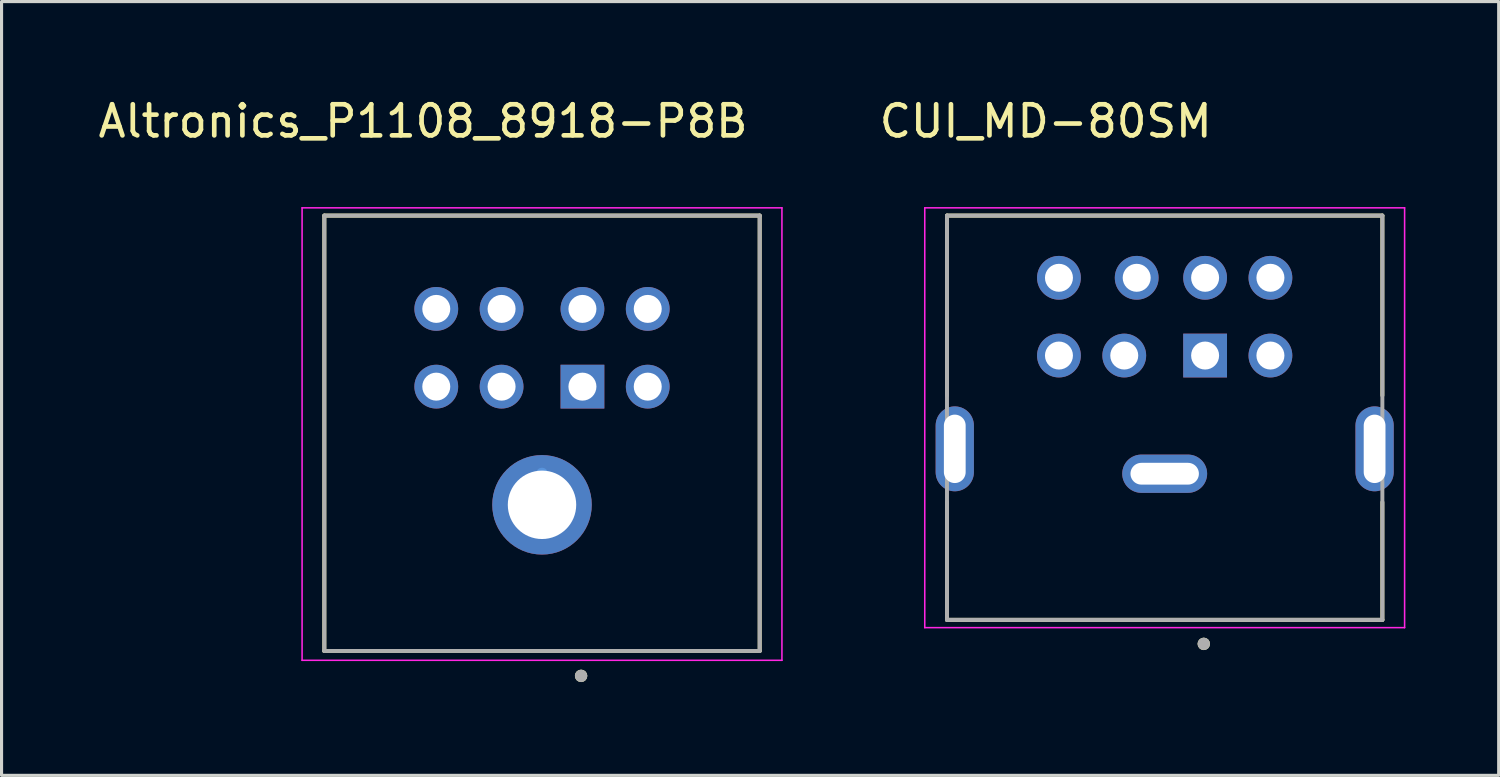
<source format=kicad_pcb>
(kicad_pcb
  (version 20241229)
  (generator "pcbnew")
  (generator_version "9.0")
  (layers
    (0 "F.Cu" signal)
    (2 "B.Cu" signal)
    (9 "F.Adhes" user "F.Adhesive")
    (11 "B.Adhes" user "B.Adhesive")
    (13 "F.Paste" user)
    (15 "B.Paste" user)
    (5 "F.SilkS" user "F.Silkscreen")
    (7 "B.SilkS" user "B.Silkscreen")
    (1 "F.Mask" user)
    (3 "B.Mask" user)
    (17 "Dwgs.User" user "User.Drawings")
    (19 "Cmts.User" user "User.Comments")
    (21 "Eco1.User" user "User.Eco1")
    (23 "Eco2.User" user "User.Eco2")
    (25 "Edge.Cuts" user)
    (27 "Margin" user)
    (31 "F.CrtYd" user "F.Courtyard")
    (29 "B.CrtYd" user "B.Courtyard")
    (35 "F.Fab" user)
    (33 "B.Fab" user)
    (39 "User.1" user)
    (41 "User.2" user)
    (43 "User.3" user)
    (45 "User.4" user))
  (footprint "CUI_MD-80SM"
    (layer "F.Cu")
    (at 34.402 12.183)
    (property "Reference" "CUI_MD-80SM" (at -3.825 -11.335 0) (layer "F.SilkS") (effects (font (size 1 1) (thickness 0.15))))
    (attr through_hole)
    (fp_line (start -7 -8.3) (end 7 -8.3) (stroke (width 0.127) (type solid)) (layer "F.SilkS"))
    (fp_line (start -7 -2.515) (end -7 -8.3) (stroke (width 0.127) (type solid)) (layer "F.SilkS"))
    (fp_line (start -7 4.7) (end -7 0.915) (stroke (width 0.127) (type solid)) (layer "F.SilkS"))
    (fp_line (start 7 -8.3) (end 7 -2.515) (stroke (width 0.127) (type solid)) (layer "F.SilkS"))
    (fp_line (start 7 4.7) (end -7 4.7) (stroke (width 0.127) (type solid)) (layer "F.SilkS"))
    (fp_line (start 7 4.7) (end 7 0.915) (stroke (width 0.127) (type solid)) (layer "F.SilkS"))
    (fp_circle (center 1.257 5.471) (end 1.357 5.471) (stroke (width 0.2) (type solid)) (fill no) (layer "F.SilkS"))
    (fp_line (start -7.715 -8.55) (end -7.715 4.95) (stroke (width 0.05) (type solid)) (layer "F.CrtYd"))
    (fp_line (start -7.715 4.95) (end 7.715 4.95) (stroke (width 0.05) (type solid)) (layer "F.CrtYd"))
    (fp_line (start 7.715 -8.55) (end -7.715 -8.55) (stroke (width 0.05) (type solid)) (layer "F.CrtYd"))
    (fp_line (start 7.715 4.95) (end 7.715 -8.55) (stroke (width 0.05) (type solid)) (layer "F.CrtYd"))
    (fp_line (start -7 -8.3) (end 7 -8.3) (stroke (width 0.127) (type solid)) (layer "F.Fab"))
    (fp_line (start -7 4.7) (end -7 -8.3) (stroke (width 0.127) (type solid)) (layer "F.Fab"))
    (fp_line (start 7 -8.3) (end 7 4.7) (stroke (width 0.127) (type solid)) (layer "F.Fab"))
    (fp_line (start 7 4.7) (end -7 4.7) (stroke (width 0.127) (type solid)) (layer "F.Fab"))
    (fp_circle (center 1.257 5.471) (end 1.357 5.471) (stroke (width 0.2) (type solid)) (fill no) (layer "F.Fab"))
    (pad "1" thru_hole rect (at 1.3 -3.8) (size 1.408 1.408) (drill 0.9) (layers "*.Cu" "*.Mask"))
    (pad "2" thru_hole circle (at -1.3 -3.8) (size 1.408 1.408) (drill 0.9) (layers "*.Cu" "*.Mask"))
    (pad "3" thru_hole circle (at 3.4 -3.8) (size 1.408 1.408) (drill 0.9) (layers "*.Cu" "*.Mask"))
    (pad "4" thru_hole circle (at 1.3 -6.3) (size 1.408 1.408) (drill 0.9) (layers "*.Cu" "*.Mask"))
    (pad "5" thru_hole circle (at -3.4 -3.8) (size 1.408 1.408) (drill 0.9) (layers "*.Cu" "*.Mask"))
    (pad "6" thru_hole circle (at 3.4 -6.3) (size 1.408 1.408) (drill 0.9) (layers "*.Cu" "*.Mask"))
    (pad "7" thru_hole circle (at -0.9 -6.3) (size 1.408 1.408) (drill 0.9) (layers "*.Cu" "*.Mask"))
    (pad "8" thru_hole circle (at -3.4 -6.3) (size 1.408 1.408) (drill 0.9) (layers "*.Cu" "*.Mask"))
    (pad "S1" thru_hole oval (at 0 0) (size 2.73 1.23) (drill oval 2.2 0.7) (layers "*.Cu" "*.Mask"))
    (pad "S2" thru_hole oval (at -6.75 -0.8) (size 1.23 2.73) (drill oval 0.7 2.2) (layers "*.Cu" "*.Mask"))
    (pad "S3" thru_hole oval (at 6.75 -0.8) (size 1.23 2.73) (drill oval 0.7 2.2) (layers "*.Cu" "*.Mask")))
  (footprint "Altronics_P1108_8918-P8B"
    (layer "F.Cu")
    (at 14.379 17.883)
    (property "Reference" "Altronics_P1108_8918-P8B" (at -3.825 -17.035 0) (layer "F.SilkS") (effects (font (size 1 1) (thickness 0.15))))
    (attr through_hole)
    (fp_line (start -7 -14) (end 7 -14) (stroke (width 0.127) (type solid)) (layer "F.SilkS"))
    (fp_line (start -7 0) (end -7 -14) (stroke (width 0.127) (type solid)) (layer "F.SilkS"))
    (fp_line (start 7 -14) (end 7 0) (stroke (width 0.127) (type solid)) (layer "F.SilkS"))
    (fp_line (start 7 0) (end -7 0) (stroke (width 0.127) (type solid)) (layer "F.SilkS"))
    (fp_circle (center 1.257 0.8) (end 1.357 0.8) (stroke (width 0.2) (type solid)) (fill no) (layer "F.SilkS"))
    (fp_circle (center 0 -5.7) (end 0.1 -5.6) (stroke (width 0.1) (type default)) (fill no) (layer "Cmts.User"))
    (fp_line (start -7.715 -14.25) (end -7.715 0.3) (stroke (width 0.05) (type solid)) (layer "F.CrtYd"))
    (fp_line (start -7.715 0.3) (end 7.715 0.3) (stroke (width 0.05) (type solid)) (layer "F.CrtYd"))
    (fp_line (start 7.715 -14.25) (end -7.715 -14.25) (stroke (width 0.05) (type solid)) (layer "F.CrtYd"))
    (fp_line (start 7.715 0.3) (end 7.715 -14.25) (stroke (width 0.05) (type solid)) (layer "F.CrtYd"))
    (fp_line (start -7 -14) (end 7 -14) (stroke (width 0.127) (type solid)) (layer "F.Fab"))
    (fp_line (start -7 0) (end -7 -14) (stroke (width 0.127) (type solid)) (layer "F.Fab"))
    (fp_line (start 7 -14) (end 7 0) (stroke (width 0.127) (type solid)) (layer "F.Fab"))
    (fp_line (start 7 0) (end -7 0) (stroke (width 0.127) (type solid)) (layer "F.Fab"))
    (fp_circle (center 1.257 0.8) (end 1.357 0.8) (stroke (width 0.2) (type solid)) (fill no) (layer "F.Fab"))
    (pad "1" thru_hole rect (at 1.3 -8.5) (size 1.408 1.408) (drill 0.9) (layers "*.Cu" "*.Mask"))
    (pad "2" thru_hole circle (at -1.3 -8.5) (size 1.408 1.408) (drill 0.9) (layers "*.Cu" "*.Mask"))
    (pad "3" thru_hole circle (at 3.4 -8.5) (size 1.408 1.408) (drill 0.9) (layers "*.Cu" "*.Mask"))
    (pad "4" thru_hole circle (at 1.3 -11) (size 1.408 1.408) (drill 0.9) (layers "*.Cu" "*.Mask"))
    (pad "5" thru_hole circle (at -3.4 -8.5) (size 1.408 1.408) (drill 0.9) (layers "*.Cu" "*.Mask"))
    (pad "6" thru_hole circle (at 3.4 -11) (size 1.408 1.408) (drill 0.9) (layers "*.Cu" "*.Mask"))
    (pad "7" thru_hole circle (at -1.3 -11) (size 1.408 1.408) (drill 0.9) (layers "*.Cu" "*.Mask"))
    (pad "8" thru_hole circle (at -3.4 -11) (size 1.408 1.408) (drill 0.9) (layers "*.Cu" "*.Mask"))
    (pad "SHIELD" thru_hole circle (at 0 -4.7) (size 3.2 3.2) (drill 2.2) (layers "*.Cu" "*.Mask")))
  (gr_rect
    (start -3 -3)
    (end 45.142 21.883)
    (stroke (width 0.1) (type default))
    (fill no)
    (layer "Edge.Cuts")))
</source>
